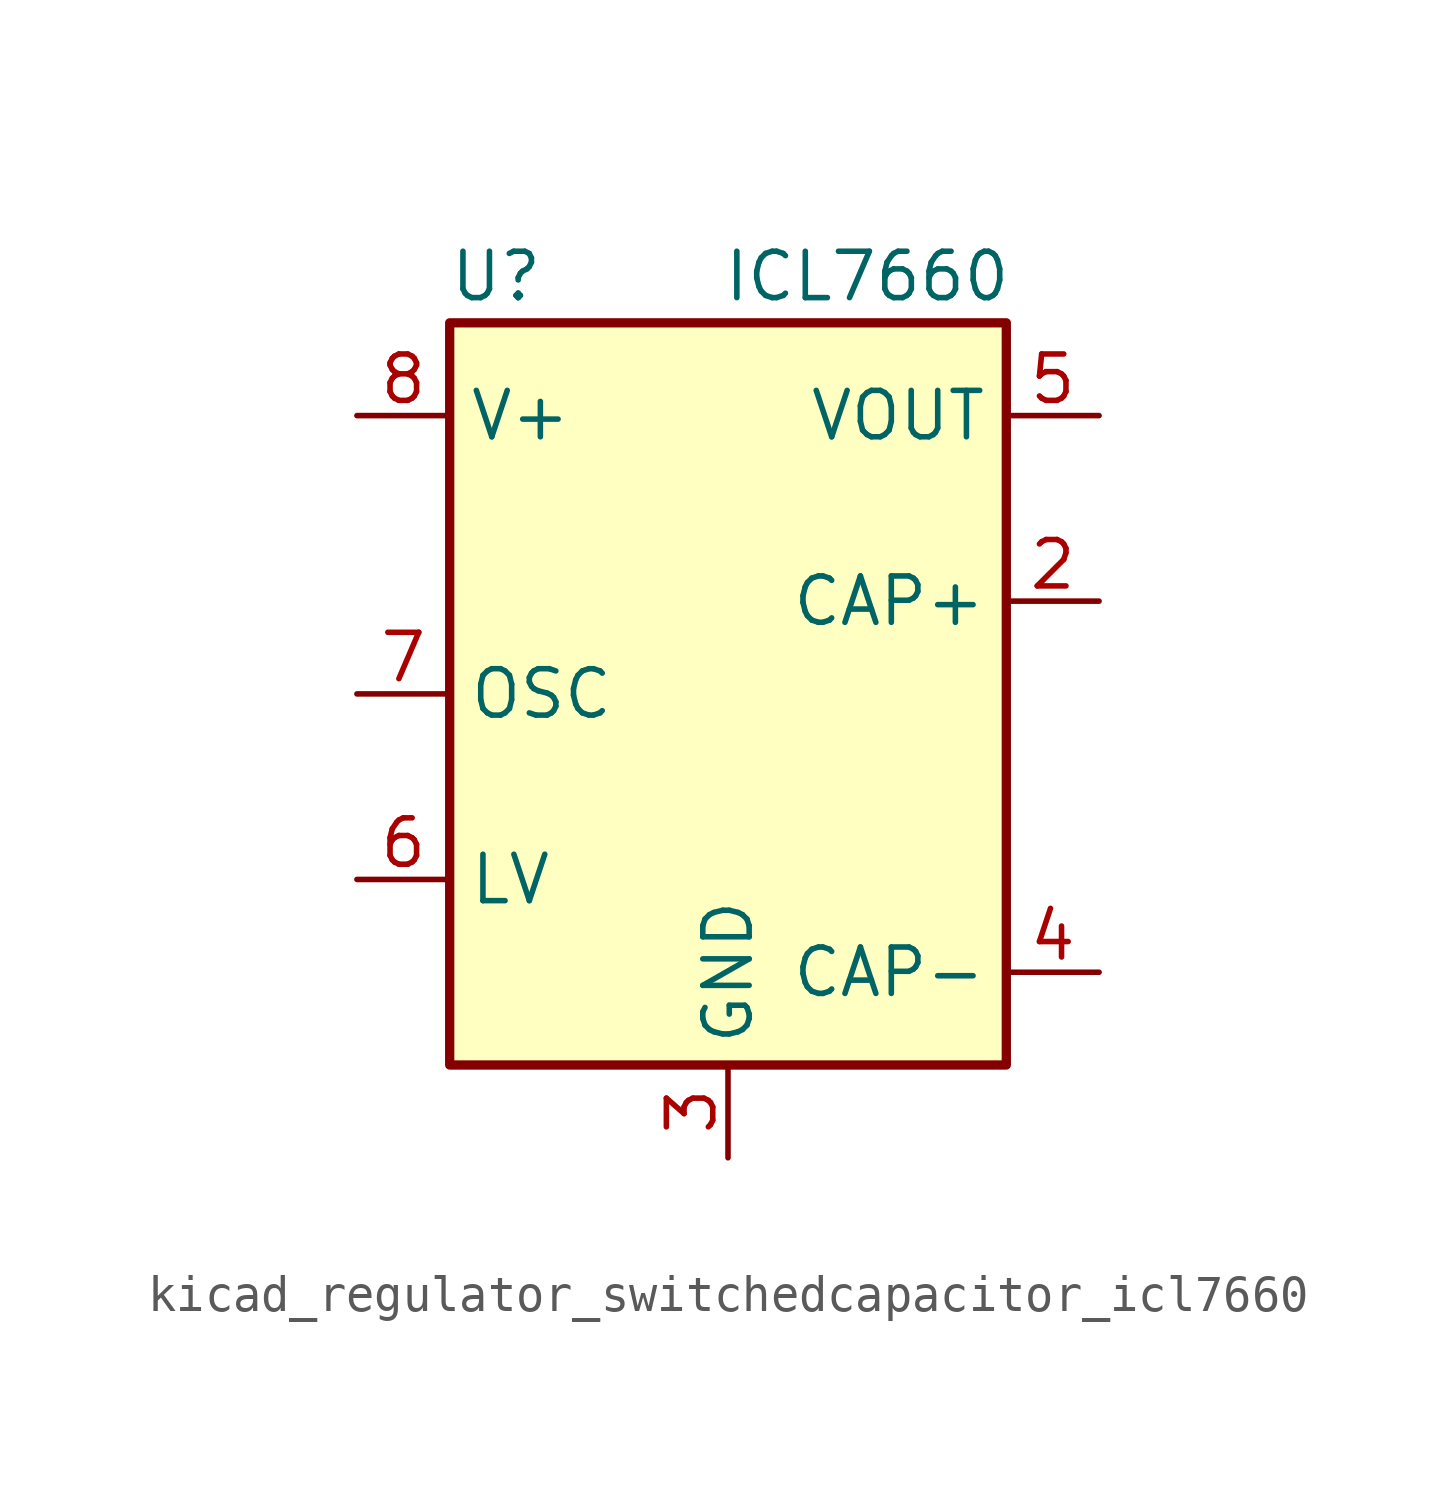
<source format=kicad_sym>
(kicad_symbol_lib
  (version 20220914)
  (generator kicad_symbol_editor)
  (symbol "kicad_regulator_switchedcapacitor_icl7660"
    (property "Reference" "U"
      (at -6.35 11.43 0)
      (effects (font (size 1.27 1.27))))
    (property "Value" "ICL7660"
      (at 3.81 11.43 0)
      (effects (font (size 1.27 1.27))))
    (symbol "kicad_regulator_switchedcapacitor_icl7660_0_1"
      (rectangle (start -7.62 10.16) (end 7.62 -10.16) (stroke (width 0.254) (type default)) (fill (type background))))
    (symbol "kicad_regulator_switchedcapacitor_icl7660_1_1"
      (pin no_connect line (at -7.62 5.08 0) (length 2.54) hide (name "NC" (effects (font (size 1.27 1.27)))) (number "1" (effects (font (size 1.27 1.27)))))
      (pin input line (at 10.16 2.54 180) (length 2.54) (name "CAP+" (effects (font (size 1.27 1.27)))) (number "2" (effects (font (size 1.27 1.27)))))
      (pin power_in line (at 0 -12.7 90) (length 2.54) (name "GND" (effects (font (size 1.27 1.27)))) (number "3" (effects (font (size 1.27 1.27)))))
      (pin input line (at 10.16 -7.62 180) (length 2.54) (name "CAP-" (effects (font (size 1.27 1.27)))) (number "4" (effects (font (size 1.27 1.27)))))
      (pin power_out line (at 10.16 7.62 180) (length 2.54) (name "VOUT" (effects (font (size 1.27 1.27)))) (number "5" (effects (font (size 1.27 1.27)))))
      (pin input line (at -10.16 -5.08 0) (length 2.54) (name "LV" (effects (font (size 1.27 1.27)))) (number "6" (effects (font (size 1.27 1.27)))))
      (pin input line (at -10.16 0 0) (length 2.54) (name "OSC" (effects (font (size 1.27 1.27)))) (number "7" (effects (font (size 1.27 1.27)))))
      (pin power_in line (at -10.16 7.62 0) (length 2.54) (name "V+" (effects (font (size 1.27 1.27)))) (number "8" (effects (font (size 1.27 1.27))))))))
</source>
